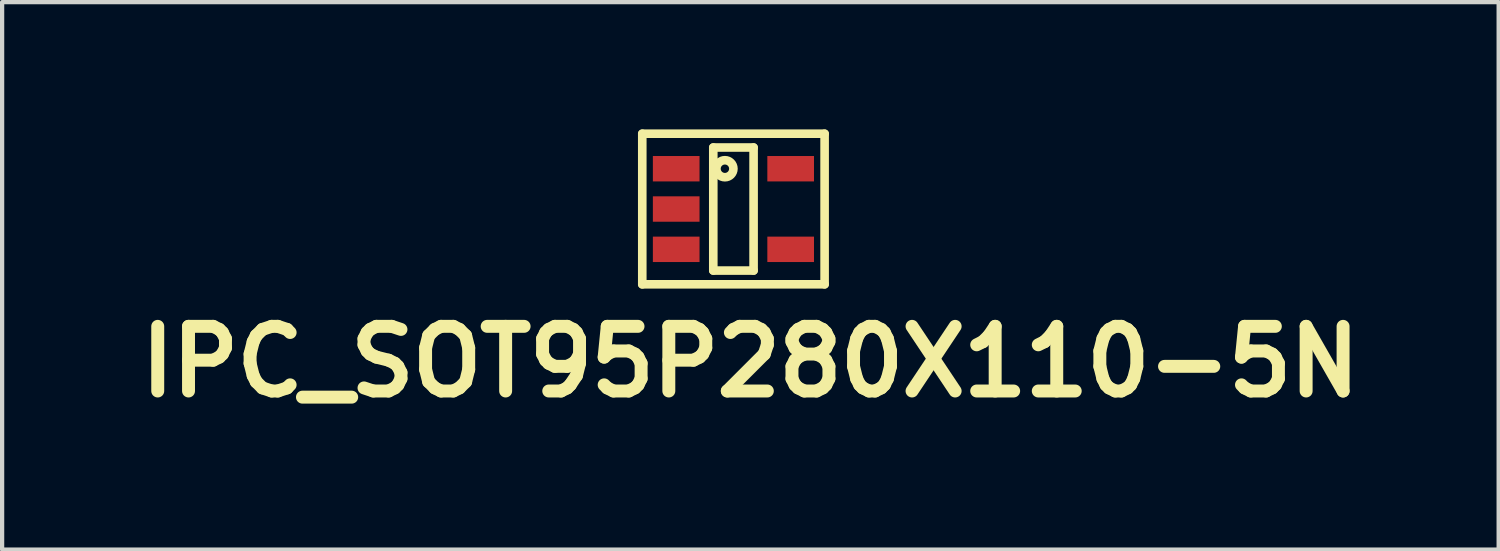
<source format=kicad_pcb>
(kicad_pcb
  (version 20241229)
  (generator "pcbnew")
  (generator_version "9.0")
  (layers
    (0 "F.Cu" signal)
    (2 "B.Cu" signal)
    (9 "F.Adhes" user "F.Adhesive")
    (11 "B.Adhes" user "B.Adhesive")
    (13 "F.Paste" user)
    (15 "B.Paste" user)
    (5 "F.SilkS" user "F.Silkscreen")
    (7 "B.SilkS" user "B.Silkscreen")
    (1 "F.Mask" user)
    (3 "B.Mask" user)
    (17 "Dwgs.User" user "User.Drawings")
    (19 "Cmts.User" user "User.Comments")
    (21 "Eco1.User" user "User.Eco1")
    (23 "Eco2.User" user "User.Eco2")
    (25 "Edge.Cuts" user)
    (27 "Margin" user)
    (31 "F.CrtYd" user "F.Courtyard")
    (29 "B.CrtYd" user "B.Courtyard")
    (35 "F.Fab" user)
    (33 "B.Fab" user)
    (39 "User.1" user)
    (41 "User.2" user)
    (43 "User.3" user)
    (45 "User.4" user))
  (footprint "IPC_SOT95P280X110-5N"
    (layer "F.Cu")
    (at 14.238 1.877)
    (property "Reference" "IPC_SOT95P280X110-5N" (at 0.4 3.6 0) (layer "F.SilkS") (effects (font (size 1.524 1.524) (thickness 0.305))))
    (attr through_hole)
    (fp_line (start -2.149 -1.775) (end 2.149 -1.775) (stroke (width 0.203) (type solid)) (layer "F.SilkS"))
    (fp_line (start -2.149 1.775) (end -2.149 -1.775) (stroke (width 0.203) (type solid)) (layer "F.SilkS"))
    (fp_line (start -0.475 -1.45) (end 0.475 -1.45) (stroke (width 0.203) (type solid)) (layer "F.SilkS"))
    (fp_line (start -0.475 1.45) (end -0.475 -1.45) (stroke (width 0.203) (type solid)) (layer "F.SilkS"))
    (fp_line (start 0.475 -1.45) (end 0.475 1.45) (stroke (width 0.203) (type solid)) (layer "F.SilkS"))
    (fp_line (start 0.475 1.45) (end -0.475 1.45) (stroke (width 0.203) (type solid)) (layer "F.SilkS"))
    (fp_line (start 2.149 -1.775) (end 2.149 1.775) (stroke (width 0.203) (type solid)) (layer "F.SilkS"))
    (fp_line (start 2.149 1.775) (end -2.149 1.775) (stroke (width 0.203) (type solid)) (layer "F.SilkS"))
    (fp_circle (center -0.201 -0.95) (end -0.102 -0.95) (stroke (width 0.203) (type solid)) (fill no) (layer "F.SilkS"))
    (pad "1" smd rect (at -1.349 -0.95) (size 1.1 0.599) (layers "F.Cu" "F.Mask" "F.Paste"))
    (pad "2" smd rect (at -1.349 0) (size 1.1 0.599) (layers "F.Cu" "F.Mask" "F.Paste"))
    (pad "3" smd rect (at -1.349 0.95) (size 1.1 0.599) (layers "F.Cu" "F.Mask" "F.Paste"))
    (pad "4" smd rect (at 1.349 0.95) (size 1.1 0.599) (layers "F.Cu" "F.Mask" "F.Paste"))
    (pad "5" smd rect (at 1.349 -0.95) (size 1.1 0.599) (layers "F.Cu" "F.Mask" "F.Paste")))
  (gr_rect
    (start -3 -3)
    (end 32.275 9.904)
    (stroke (width 0.1) (type default))
    (fill no)
    (layer "Edge.Cuts")))
</source>
